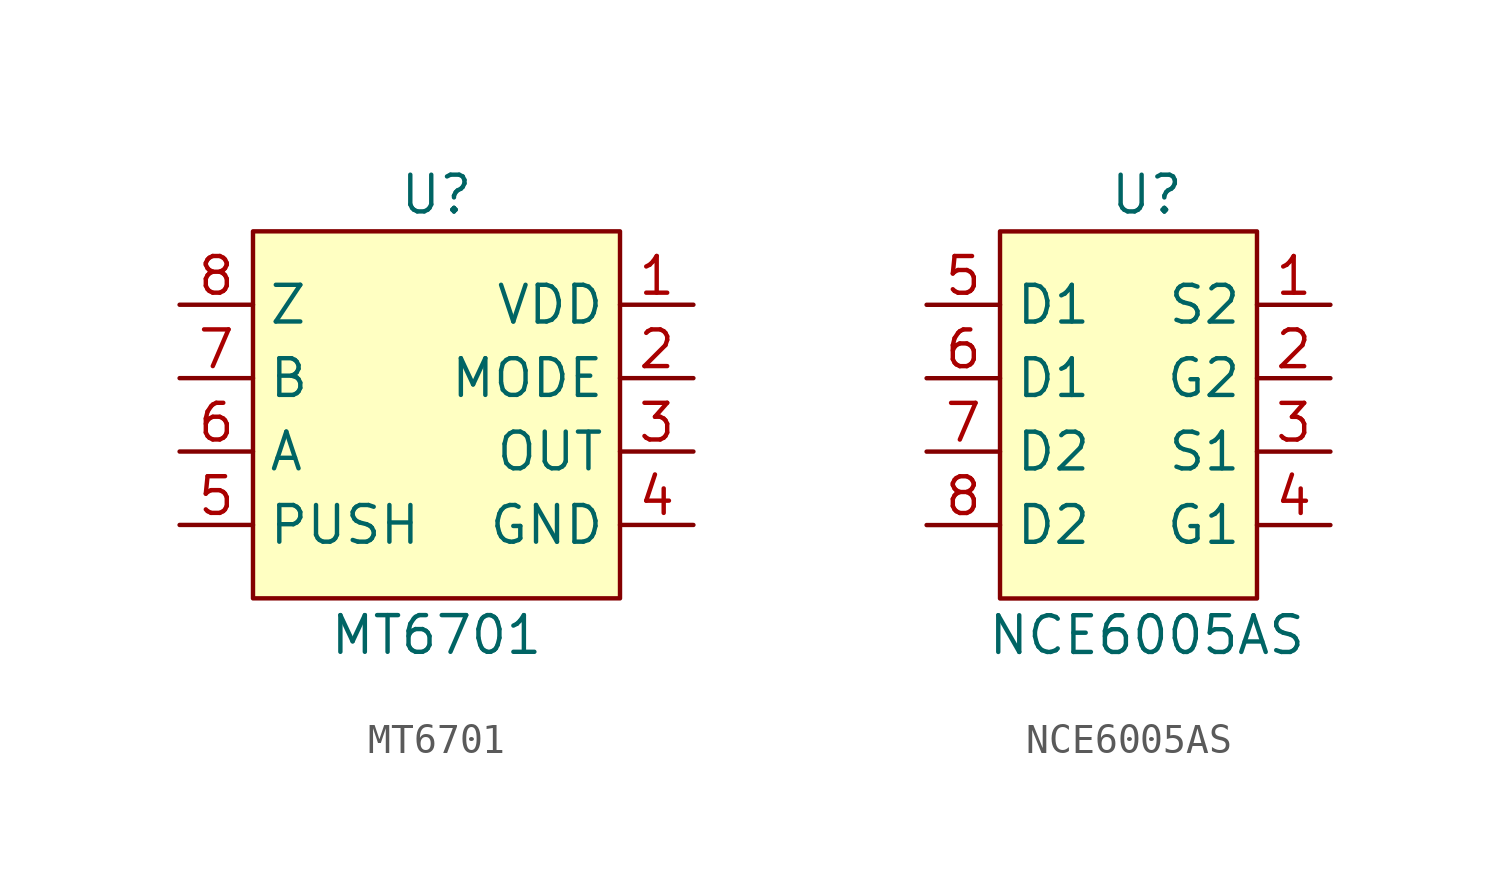
<source format=kicad_sym>
(kicad_symbol_lib
  (version 20220914)
  (generator kicad_symbol_editor)
  (symbol "MT6701"
    (property "Reference" "U"
      (at 0 6.35 0)
      (effects (font (size 1.27 1.27))))
    (property "Value" "MT6701"
      (at 0 -8.89 0)
      (effects (font (size 1.27 1.27))))
    (symbol "MT6701_0_1"
      (rectangle (start -6.35 5.08) (end 6.35 -7.62) (stroke (width 0) (type default)) (fill (type background))))
    (symbol "MT6701_1_1"
      (pin power_in line (at 8.89 2.54 180) (length 2.54) (name "VDD" (effects (font (size 1.27 1.27)))) (number "1" (effects (font (size 1.27 1.27)))))
      (pin input line (at 8.89 0 180) (length 2.54) (name "MODE" (effects (font (size 1.27 1.27)))) (number "2" (effects (font (size 1.27 1.27)))))
      (pin output line (at 8.89 -2.54 180) (length 2.54) (name "OUT" (effects (font (size 1.27 1.27)))) (number "3" (effects (font (size 1.27 1.27)))))
      (pin power_out line (at 8.89 -5.08 180) (length 2.54) (name "GND" (effects (font (size 1.27 1.27)))) (number "4" (effects (font (size 1.27 1.27)))))
      (pin output line (at -8.89 -5.08 0) (length 2.54) (name "PUSH" (effects (font (size 1.27 1.27)))) (number "5" (effects (font (size 1.27 1.27)))))
      (pin bidirectional line (at -8.89 -2.54 0) (length 2.54) (name "A" (effects (font (size 1.27 1.27)))) (number "6" (effects (font (size 1.27 1.27)))))
      (pin bidirectional line (at -8.89 0 0) (length 2.54) (name "B" (effects (font (size 1.27 1.27)))) (number "7" (effects (font (size 1.27 1.27)))))
      (pin bidirectional line (at -8.89 2.54 0) (length 2.54) (name "Z" (effects (font (size 1.27 1.27)))) (number "8" (effects (font (size 1.27 1.27)))))))
  (symbol "NCE6005AS"
    (property "Reference" "U"
      (at 0 7.62 0)
      (effects (font (size 1.27 1.27))))
    (property "Value" "NCE6005AS"
      (at 0 -7.62 0)
      (effects (font (size 1.27 1.27))))
    (symbol "NCE6005AS_0_1"
      (rectangle (start -5.08 6.35) (end 3.81 -6.35) (stroke (width 0) (type default)) (fill (type background))))
    (symbol "NCE6005AS_1_1"
      (pin input line (at 6.35 3.81 180) (length 2.54) (name "S2" (effects (font (size 1.27 1.27)))) (number "1" (effects (font (size 1.27 1.27)))))
      (pin input line (at 6.35 1.27 180) (length 2.54) (name "G2" (effects (font (size 1.27 1.27)))) (number "2" (effects (font (size 1.27 1.27)))))
      (pin input line (at 6.35 -1.27 180) (length 2.54) (name "S1" (effects (font (size 1.27 1.27)))) (number "3" (effects (font (size 1.27 1.27)))))
      (pin input line (at 6.35 -3.81 180) (length 2.54) (name "G1" (effects (font (size 1.27 1.27)))) (number "4" (effects (font (size 1.27 1.27)))))
      (pin input line (at -7.62 3.81 0) (length 2.54) (name "D1" (effects (font (size 1.27 1.27)))) (number "5" (effects (font (size 1.27 1.27)))))
      (pin input line (at -7.62 1.27 0) (length 2.54) (name "D1" (effects (font (size 1.27 1.27)))) (number "6" (effects (font (size 1.27 1.27)))))
      (pin input line (at -7.62 -1.27 0) (length 2.54) (name "D2" (effects (font (size 1.27 1.27)))) (number "7" (effects (font (size 1.27 1.27)))))
      (pin input line (at -7.62 -3.81 0) (length 2.54) (name "D2" (effects (font (size 1.27 1.27)))) (number "8" (effects (font (size 1.27 1.27))))))))
</source>
